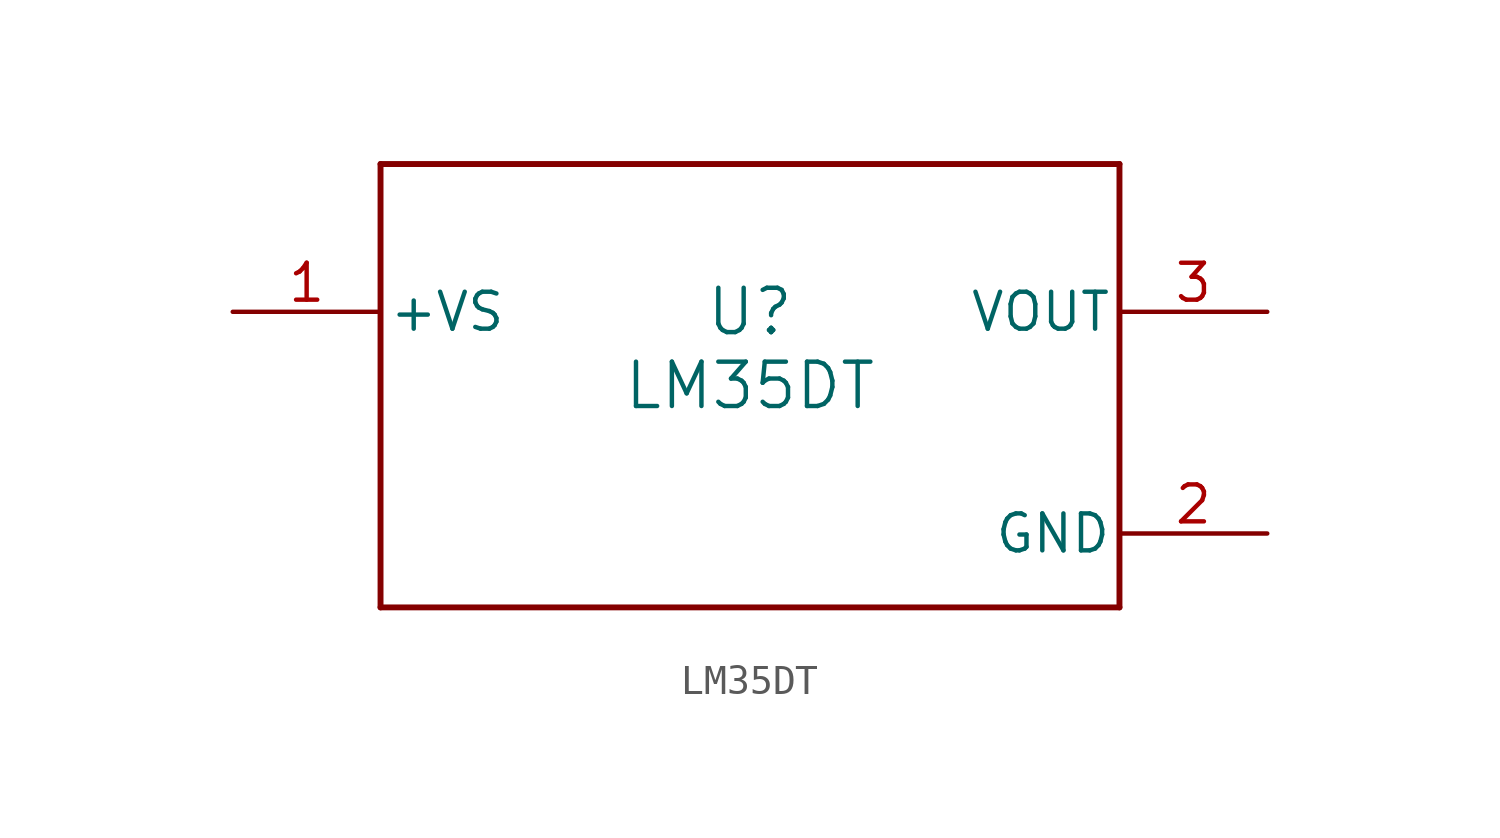
<source format=kicad_sym>
(kicad_symbol_lib
  (version 20211014)
  (generator kicad_symbol_editor)
  (symbol "LM35DT"
    (pin_names
      (offset 0.254))
    (property "Reference" "U"
      (at 0 2.54 0)
      (effects (font (size 1.524 1.524))))
    (property "Value" "LM35DT"
      (at 0 0 0)
      (effects (font (size 1.524 1.524))))
    (symbol "LM35DT_0_1"
      (polyline (pts (xy -12.7 -7.62) (xy 12.7 -7.62)) (stroke (width 0.203) (type default) (color 0 0 0 0)) (fill (type none)))
      (polyline (pts (xy 12.7 -7.62) (xy 12.7 7.62)) (stroke (width 0.203) (type default) (color 0 0 0 0)) (fill (type none)))
      (polyline (pts (xy 12.7 7.62) (xy -12.7 7.62)) (stroke (width 0.203) (type default) (color 0 0 0 0)) (fill (type none)))
      (polyline (pts (xy -12.7 7.62) (xy -12.7 -7.62)) (stroke (width 0.203) (type default) (color 0 0 0 0)) (fill (type none)))
      (pin power_in line (at -17.78 2.54 0) (length 5.08) (name "+VS" (effects (font (size 1.27 1.27)))) (number "1" (effects (font (size 1.27 1.27)))))
      (pin power_in line (at 17.78 -5.08 180) (length 5.08) (name "GND" (effects (font (size 1.27 1.27)))) (number "2" (effects (font (size 1.27 1.27)))))
      (pin output line (at 17.78 2.54 180) (length 5.08) (name "VOUT" (effects (font (size 1.27 1.27)))) (number "3" (effects (font (size 1.27 1.27))))))))
</source>
